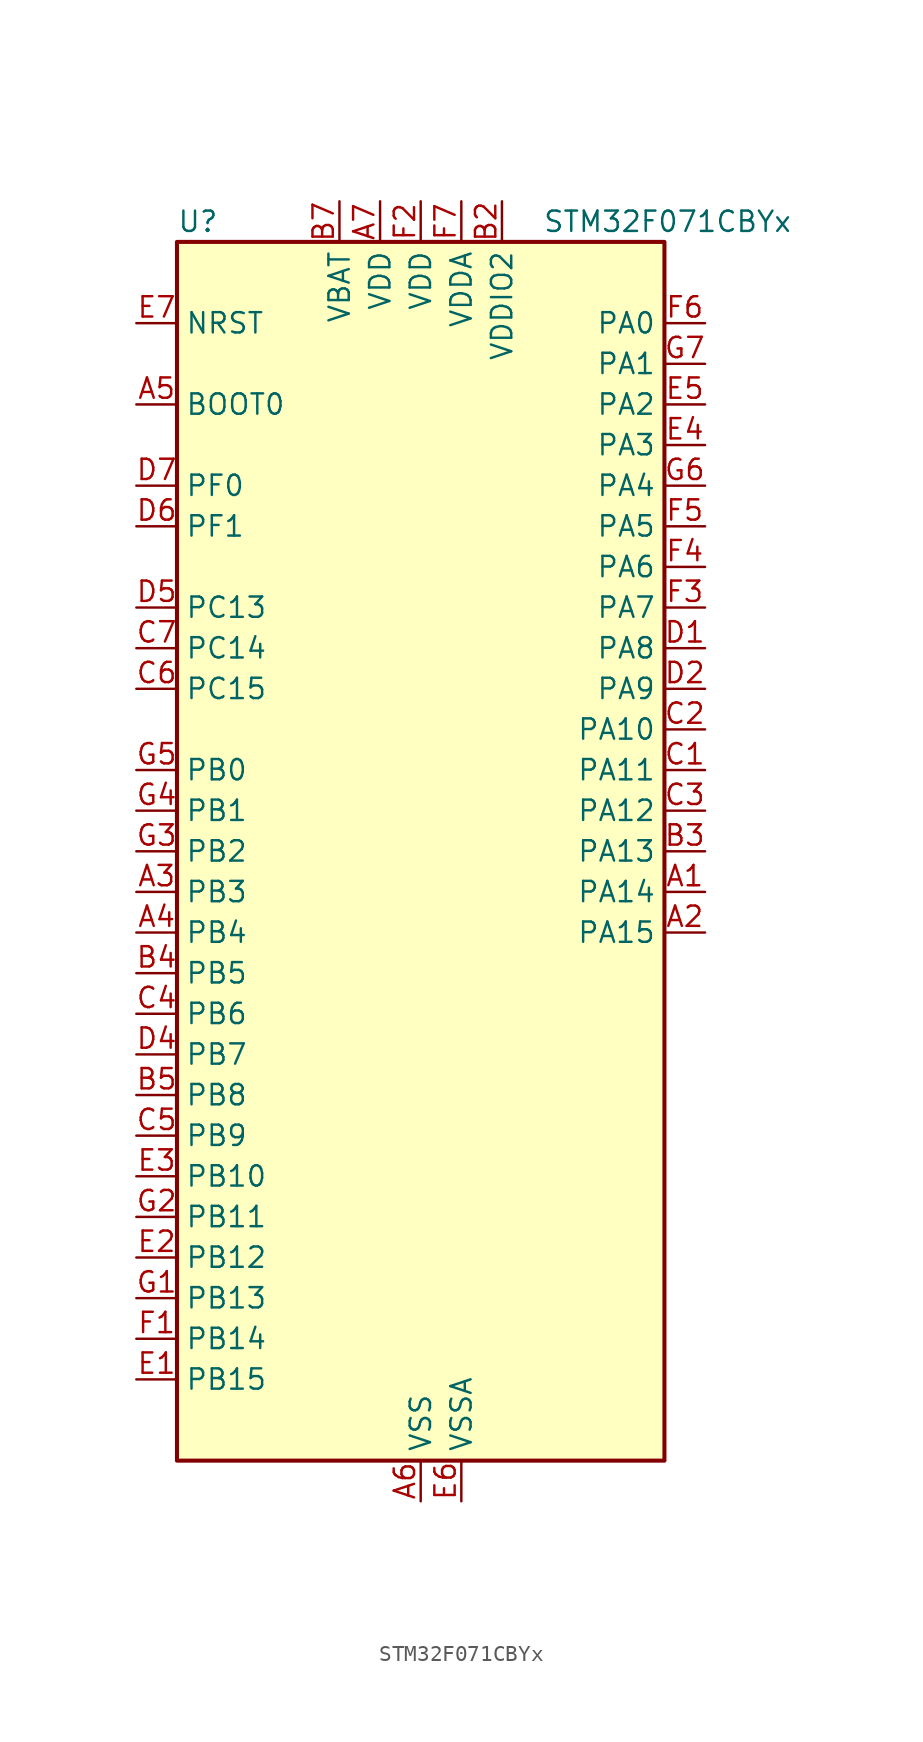
<source format=kicad_sym>
(kicad_symbol_lib
  (version 20241209)
  (generator "kicad_symbol_editor")
  (generator_version "9.0")
  (symbol "STM32F071CBYx"
    (property "Reference" "U"
      (at -15.24 39.37 0)
      (effects (font (size 1.27 1.27)) (justify left)))
    (property "Value" "STM32F071CBYx"
      (at 7.62 39.37 0)
      (effects (font (size 1.27 1.27)) (justify left)))
    (symbol "STM32F071CBYx_0_1"
      (rectangle (start -15.24 -38.1) (end 15.24 38.1) (stroke (width 0.254) (type default)) (fill (type background))))
    (symbol "STM32F071CBYx_1_1"
      (pin input line (at -17.78 33.02 0) (length 2.54) (name "NRST" (effects (font (size 1.27 1.27)))) (number "E7" (effects (font (size 1.27 1.27)))))
      (pin input line (at -17.78 27.94 0) (length 2.54) (name "BOOT0" (effects (font (size 1.27 1.27)))) (number "A5" (effects (font (size 1.27 1.27)))))
      (pin bidirectional line (at -17.78 22.86 0) (length 2.54) (name "PF0" (effects (font (size 1.27 1.27)))) (number "D7" (effects (font (size 1.27 1.27)))) (alternate "CRS_SYNC" bidirectional line) (alternate "RCC_OSC_IN" bidirectional line))
      (pin bidirectional line (at -17.78 20.32 0) (length 2.54) (name "PF1" (effects (font (size 1.27 1.27)))) (number "D6" (effects (font (size 1.27 1.27)))) (alternate "RCC_OSC_OUT" bidirectional line))
      (pin bidirectional line (at -17.78 15.24 0) (length 2.54) (name "PC13" (effects (font (size 1.27 1.27)))) (number "D5" (effects (font (size 1.27 1.27)))) (alternate "RTC_OUT_ALARM" bidirectional line) (alternate "RTC_OUT_CALIB" bidirectional line) (alternate "RTC_TAMP1" bidirectional line) (alternate "RTC_TS" bidirectional line) (alternate "SYS_WKUP2" bidirectional line))
      (pin bidirectional line (at -17.78 12.7 0) (length 2.54) (name "PC14" (effects (font (size 1.27 1.27)))) (number "C7" (effects (font (size 1.27 1.27)))) (alternate "RCC_OSC32_IN" bidirectional line))
      (pin bidirectional line (at -17.78 10.16 0) (length 2.54) (name "PC15" (effects (font (size 1.27 1.27)))) (number "C6" (effects (font (size 1.27 1.27)))) (alternate "RCC_OSC32_OUT" bidirectional line))
      (pin bidirectional line (at -17.78 5.08 0) (length 2.54) (name "PB0" (effects (font (size 1.27 1.27)))) (number "G5" (effects (font (size 1.27 1.27)))) (alternate "ADC_IN8" bidirectional line) (alternate "TIM1_CH2N" bidirectional line) (alternate "TIM3_CH3" bidirectional line) (alternate "TSC_G3_IO2" bidirectional line) (alternate "USART3_CK" bidirectional line))
      (pin bidirectional line (at -17.78 2.54 0) (length 2.54) (name "PB1" (effects (font (size 1.27 1.27)))) (number "G4" (effects (font (size 1.27 1.27)))) (alternate "ADC_IN9" bidirectional line) (alternate "TIM14_CH1" bidirectional line) (alternate "TIM1_CH3N" bidirectional line) (alternate "TIM3_CH4" bidirectional line) (alternate "TSC_G3_IO3" bidirectional line) (alternate "USART3_DE" bidirectional line) (alternate "USART3_RTS" bidirectional line))
      (pin bidirectional line (at -17.78 0 0) (length 2.54) (name "PB2" (effects (font (size 1.27 1.27)))) (number "G3" (effects (font (size 1.27 1.27)))) (alternate "TSC_G3_IO4" bidirectional line))
      (pin bidirectional line (at -17.78 -2.54 0) (length 2.54) (name "PB3" (effects (font (size 1.27 1.27)))) (number "A3" (effects (font (size 1.27 1.27)))) (alternate "I2S1_CK" bidirectional line) (alternate "SPI1_SCK" bidirectional line) (alternate "TIM2_CH2" bidirectional line) (alternate "TSC_G5_IO1" bidirectional line))
      (pin bidirectional line (at -17.78 -5.08 0) (length 2.54) (name "PB4" (effects (font (size 1.27 1.27)))) (number "A4" (effects (font (size 1.27 1.27)))) (alternate "I2S1_MCK" bidirectional line) (alternate "SPI1_MISO" bidirectional line) (alternate "TIM17_BKIN" bidirectional line) (alternate "TIM3_CH1" bidirectional line) (alternate "TSC_G5_IO2" bidirectional line))
      (pin bidirectional line (at -17.78 -7.62 0) (length 2.54) (name "PB5" (effects (font (size 1.27 1.27)))) (number "B4" (effects (font (size 1.27 1.27)))) (alternate "I2C1_SMBA" bidirectional line) (alternate "I2S1_SD" bidirectional line) (alternate "SPI1_MOSI" bidirectional line) (alternate "SYS_WKUP6" bidirectional line) (alternate "TIM16_BKIN" bidirectional line) (alternate "TIM3_CH2" bidirectional line))
      (pin bidirectional line (at -17.78 -10.16 0) (length 2.54) (name "PB6" (effects (font (size 1.27 1.27)))) (number "C4" (effects (font (size 1.27 1.27)))) (alternate "I2C1_SCL" bidirectional line) (alternate "TIM16_CH1N" bidirectional line) (alternate "TSC_G5_IO3" bidirectional line) (alternate "USART1_TX" bidirectional line))
      (pin bidirectional line (at -17.78 -12.7 0) (length 2.54) (name "PB7" (effects (font (size 1.27 1.27)))) (number "D4" (effects (font (size 1.27 1.27)))) (alternate "I2C1_SDA" bidirectional line) (alternate "TIM17_CH1N" bidirectional line) (alternate "TSC_G5_IO4" bidirectional line) (alternate "USART1_RX" bidirectional line) (alternate "USART4_CTS" bidirectional line))
      (pin bidirectional line (at -17.78 -15.24 0) (length 2.54) (name "PB8" (effects (font (size 1.27 1.27)))) (number "B5" (effects (font (size 1.27 1.27)))) (alternate "CEC" bidirectional line) (alternate "I2C1_SCL" bidirectional line) (alternate "TIM16_CH1" bidirectional line) (alternate "TSC_SYNC" bidirectional line))
      (pin bidirectional line (at -17.78 -17.78 0) (length 2.54) (name "PB9" (effects (font (size 1.27 1.27)))) (number "C5" (effects (font (size 1.27 1.27)))) (alternate "DAC_EXTI9" bidirectional line) (alternate "I2C1_SDA" bidirectional line) (alternate "I2S2_WS" bidirectional line) (alternate "IR_OUT" bidirectional line) (alternate "SPI2_NSS" bidirectional line) (alternate "TIM17_CH1" bidirectional line))
      (pin bidirectional line (at -17.78 -20.32 0) (length 2.54) (name "PB10" (effects (font (size 1.27 1.27)))) (number "E3" (effects (font (size 1.27 1.27)))) (alternate "CEC" bidirectional line) (alternate "I2C2_SCL" bidirectional line) (alternate "I2S2_CK" bidirectional line) (alternate "SPI2_SCK" bidirectional line) (alternate "TIM2_CH3" bidirectional line) (alternate "TSC_SYNC" bidirectional line) (alternate "USART3_TX" bidirectional line))
      (pin bidirectional line (at -17.78 -22.86 0) (length 2.54) (name "PB11" (effects (font (size 1.27 1.27)))) (number "G2" (effects (font (size 1.27 1.27)))) (alternate "I2C2_SDA" bidirectional line) (alternate "TIM2_CH4" bidirectional line) (alternate "TSC_G6_IO1" bidirectional line) (alternate "USART3_RX" bidirectional line))
      (pin bidirectional line (at -17.78 -25.4 0) (length 2.54) (name "PB12" (effects (font (size 1.27 1.27)))) (number "E2" (effects (font (size 1.27 1.27)))) (alternate "I2S2_WS" bidirectional line) (alternate "SPI2_NSS" bidirectional line) (alternate "TIM15_BKIN" bidirectional line) (alternate "TIM1_BKIN" bidirectional line) (alternate "TSC_G6_IO2" bidirectional line) (alternate "USART3_CK" bidirectional line))
      (pin bidirectional line (at -17.78 -27.94 0) (length 2.54) (name "PB13" (effects (font (size 1.27 1.27)))) (number "G1" (effects (font (size 1.27 1.27)))) (alternate "I2C2_SCL" bidirectional line) (alternate "I2S2_CK" bidirectional line) (alternate "SPI2_SCK" bidirectional line) (alternate "TIM1_CH1N" bidirectional line) (alternate "TSC_G6_IO3" bidirectional line) (alternate "USART3_CTS" bidirectional line))
      (pin bidirectional line (at -17.78 -30.48 0) (length 2.54) (name "PB14" (effects (font (size 1.27 1.27)))) (number "F1" (effects (font (size 1.27 1.27)))) (alternate "I2C2_SDA" bidirectional line) (alternate "I2S2_MCK" bidirectional line) (alternate "SPI2_MISO" bidirectional line) (alternate "TIM15_CH1" bidirectional line) (alternate "TIM1_CH2N" bidirectional line) (alternate "TSC_G6_IO4" bidirectional line) (alternate "USART3_DE" bidirectional line) (alternate "USART3_RTS" bidirectional line))
      (pin bidirectional line (at -17.78 -33.02 0) (length 2.54) (name "PB15" (effects (font (size 1.27 1.27)))) (number "E1" (effects (font (size 1.27 1.27)))) (alternate "I2S2_SD" bidirectional line) (alternate "RTC_REFIN" bidirectional line) (alternate "SPI2_MOSI" bidirectional line) (alternate "SYS_WKUP7" bidirectional line) (alternate "TIM15_CH1N" bidirectional line) (alternate "TIM15_CH2" bidirectional line) (alternate "TIM1_CH3N" bidirectional line))
      (pin no_connect line (at -15.24 -38.1 0) (length 2.54) (hide yes) (name "NC" (effects (font (size 1.27 1.27)))) (number "B6" (effects (font (size 1.27 1.27)))))
      (pin power_in line (at -5.08 40.64 270) (length 2.54) (name "VBAT" (effects (font (size 1.27 1.27)))) (number "B7" (effects (font (size 1.27 1.27)))))
      (pin power_in line (at -2.54 40.64 270) (length 2.54) (name "VDD" (effects (font (size 1.27 1.27)))) (number "A7" (effects (font (size 1.27 1.27)))))
      (pin power_in line (at 0 40.64 270) (length 2.54) (name "VDD" (effects (font (size 1.27 1.27)))) (number "F2" (effects (font (size 1.27 1.27)))))
      (pin power_in line (at 0 -40.64 90) (length 2.54) (name "VSS" (effects (font (size 1.27 1.27)))) (number "A6" (effects (font (size 1.27 1.27)))))
      (pin passive line (at 0 -40.64 90) (length 2.54) (hide yes) (name "VSS" (effects (font (size 1.27 1.27)))) (number "B1" (effects (font (size 1.27 1.27)))))
      (pin passive line (at 0 -40.64 90) (length 2.54) (hide yes) (name "VSS" (effects (font (size 1.27 1.27)))) (number "D3" (effects (font (size 1.27 1.27)))))
      (pin power_in line (at 2.54 40.64 270) (length 2.54) (name "VDDA" (effects (font (size 1.27 1.27)))) (number "F7" (effects (font (size 1.27 1.27)))))
      (pin power_in line (at 2.54 -40.64 90) (length 2.54) (name "VSSA" (effects (font (size 1.27 1.27)))) (number "E6" (effects (font (size 1.27 1.27)))))
      (pin power_in line (at 5.08 40.64 270) (length 2.54) (name "VDDIO2" (effects (font (size 1.27 1.27)))) (number "B2" (effects (font (size 1.27 1.27)))))
      (pin bidirectional line (at 17.78 33.02 180) (length 2.54) (name "PA0" (effects (font (size 1.27 1.27)))) (number "F6" (effects (font (size 1.27 1.27)))) (alternate "ADC_IN0" bidirectional line) (alternate "COMP1_INM" bidirectional line) (alternate "COMP1_OUT" bidirectional line) (alternate "RTC_TAMP2" bidirectional line) (alternate "SYS_WKUP1" bidirectional line) (alternate "TIM2_CH1" bidirectional line) (alternate "TIM2_ETR" bidirectional line) (alternate "TSC_G1_IO1" bidirectional line) (alternate "USART2_CTS" bidirectional line) (alternate "USART4_TX" bidirectional line))
      (pin bidirectional line (at 17.78 30.48 180) (length 2.54) (name "PA1" (effects (font (size 1.27 1.27)))) (number "G7" (effects (font (size 1.27 1.27)))) (alternate "ADC_IN1" bidirectional line) (alternate "COMP1_INP" bidirectional line) (alternate "TIM15_CH1N" bidirectional line) (alternate "TIM2_CH2" bidirectional line) (alternate "TSC_G1_IO2" bidirectional line) (alternate "USART2_DE" bidirectional line) (alternate "USART2_RTS" bidirectional line) (alternate "USART4_RX" bidirectional line))
      (pin bidirectional line (at 17.78 27.94 180) (length 2.54) (name "PA2" (effects (font (size 1.27 1.27)))) (number "E5" (effects (font (size 1.27 1.27)))) (alternate "ADC_IN2" bidirectional line) (alternate "COMP2_INM" bidirectional line) (alternate "COMP2_OUT" bidirectional line) (alternate "SYS_WKUP4" bidirectional line) (alternate "TIM15_CH1" bidirectional line) (alternate "TIM2_CH3" bidirectional line) (alternate "TSC_G1_IO3" bidirectional line) (alternate "USART2_TX" bidirectional line))
      (pin bidirectional line (at 17.78 25.4 180) (length 2.54) (name "PA3" (effects (font (size 1.27 1.27)))) (number "E4" (effects (font (size 1.27 1.27)))) (alternate "ADC_IN3" bidirectional line) (alternate "COMP2_INP" bidirectional line) (alternate "TIM15_CH2" bidirectional line) (alternate "TIM2_CH4" bidirectional line) (alternate "TSC_G1_IO4" bidirectional line) (alternate "USART2_RX" bidirectional line))
      (pin bidirectional line (at 17.78 22.86 180) (length 2.54) (name "PA4" (effects (font (size 1.27 1.27)))) (number "G6" (effects (font (size 1.27 1.27)))) (alternate "ADC_IN4" bidirectional line) (alternate "COMP1_INM" bidirectional line) (alternate "COMP2_INM" bidirectional line) (alternate "DAC_OUT1" bidirectional line) (alternate "I2S1_WS" bidirectional line) (alternate "SPI1_NSS" bidirectional line) (alternate "TIM14_CH1" bidirectional line) (alternate "TSC_G2_IO1" bidirectional line) (alternate "USART2_CK" bidirectional line))
      (pin bidirectional line (at 17.78 20.32 180) (length 2.54) (name "PA5" (effects (font (size 1.27 1.27)))) (number "F5" (effects (font (size 1.27 1.27)))) (alternate "ADC_IN5" bidirectional line) (alternate "CEC" bidirectional line) (alternate "COMP1_INM" bidirectional line) (alternate "COMP2_INM" bidirectional line) (alternate "DAC_OUT2" bidirectional line) (alternate "I2S1_CK" bidirectional line) (alternate "SPI1_SCK" bidirectional line) (alternate "TIM2_CH1" bidirectional line) (alternate "TIM2_ETR" bidirectional line) (alternate "TSC_G2_IO2" bidirectional line))
      (pin bidirectional line (at 17.78 17.78 180) (length 2.54) (name "PA6" (effects (font (size 1.27 1.27)))) (number "F4" (effects (font (size 1.27 1.27)))) (alternate "ADC_IN6" bidirectional line) (alternate "COMP1_OUT" bidirectional line) (alternate "I2S1_MCK" bidirectional line) (alternate "SPI1_MISO" bidirectional line) (alternate "TIM16_CH1" bidirectional line) (alternate "TIM1_BKIN" bidirectional line) (alternate "TIM3_CH1" bidirectional line) (alternate "TSC_G2_IO3" bidirectional line) (alternate "USART3_CTS" bidirectional line))
      (pin bidirectional line (at 17.78 15.24 180) (length 2.54) (name "PA7" (effects (font (size 1.27 1.27)))) (number "F3" (effects (font (size 1.27 1.27)))) (alternate "ADC_IN7" bidirectional line) (alternate "COMP2_OUT" bidirectional line) (alternate "I2S1_SD" bidirectional line) (alternate "SPI1_MOSI" bidirectional line) (alternate "TIM14_CH1" bidirectional line) (alternate "TIM17_CH1" bidirectional line) (alternate "TIM1_CH1N" bidirectional line) (alternate "TIM3_CH2" bidirectional line) (alternate "TSC_G2_IO4" bidirectional line))
      (pin bidirectional line (at 17.78 12.7 180) (length 2.54) (name "PA8" (effects (font (size 1.27 1.27)))) (number "D1" (effects (font (size 1.27 1.27)))) (alternate "CRS_SYNC" bidirectional line) (alternate "RCC_MCO" bidirectional line) (alternate "TIM1_CH1" bidirectional line) (alternate "USART1_CK" bidirectional line))
      (pin bidirectional line (at 17.78 10.16 180) (length 2.54) (name "PA9" (effects (font (size 1.27 1.27)))) (number "D2" (effects (font (size 1.27 1.27)))) (alternate "DAC_EXTI9" bidirectional line) (alternate "TIM15_BKIN" bidirectional line) (alternate "TIM1_CH2" bidirectional line) (alternate "TSC_G4_IO1" bidirectional line) (alternate "USART1_TX" bidirectional line))
      (pin bidirectional line (at 17.78 7.62 180) (length 2.54) (name "PA10" (effects (font (size 1.27 1.27)))) (number "C2" (effects (font (size 1.27 1.27)))) (alternate "TIM17_BKIN" bidirectional line) (alternate "TIM1_CH3" bidirectional line) (alternate "TSC_G4_IO2" bidirectional line) (alternate "USART1_RX" bidirectional line))
      (pin bidirectional line (at 17.78 5.08 180) (length 2.54) (name "PA11" (effects (font (size 1.27 1.27)))) (number "C1" (effects (font (size 1.27 1.27)))) (alternate "COMP1_OUT" bidirectional line) (alternate "TIM1_CH4" bidirectional line) (alternate "TSC_G4_IO3" bidirectional line) (alternate "USART1_CTS" bidirectional line))
      (pin bidirectional line (at 17.78 2.54 180) (length 2.54) (name "PA12" (effects (font (size 1.27 1.27)))) (number "C3" (effects (font (size 1.27 1.27)))) (alternate "COMP2_OUT" bidirectional line) (alternate "TIM1_ETR" bidirectional line) (alternate "TSC_G4_IO4" bidirectional line) (alternate "USART1_DE" bidirectional line) (alternate "USART1_RTS" bidirectional line))
      (pin bidirectional line (at 17.78 0 180) (length 2.54) (name "PA13" (effects (font (size 1.27 1.27)))) (number "B3" (effects (font (size 1.27 1.27)))) (alternate "IR_OUT" bidirectional line) (alternate "SYS_SWDIO" bidirectional line))
      (pin bidirectional line (at 17.78 -2.54 180) (length 2.54) (name "PA14" (effects (font (size 1.27 1.27)))) (number "A1" (effects (font (size 1.27 1.27)))) (alternate "SYS_SWCLK" bidirectional line) (alternate "USART2_TX" bidirectional line))
      (pin bidirectional line (at 17.78 -5.08 180) (length 2.54) (name "PA15" (effects (font (size 1.27 1.27)))) (number "A2" (effects (font (size 1.27 1.27)))) (alternate "I2S1_WS" bidirectional line) (alternate "SPI1_NSS" bidirectional line) (alternate "TIM2_CH1" bidirectional line) (alternate "TIM2_ETR" bidirectional line) (alternate "USART2_RX" bidirectional line) (alternate "USART4_DE" bidirectional line) (alternate "USART4_RTS" bidirectional line)))))
</source>
